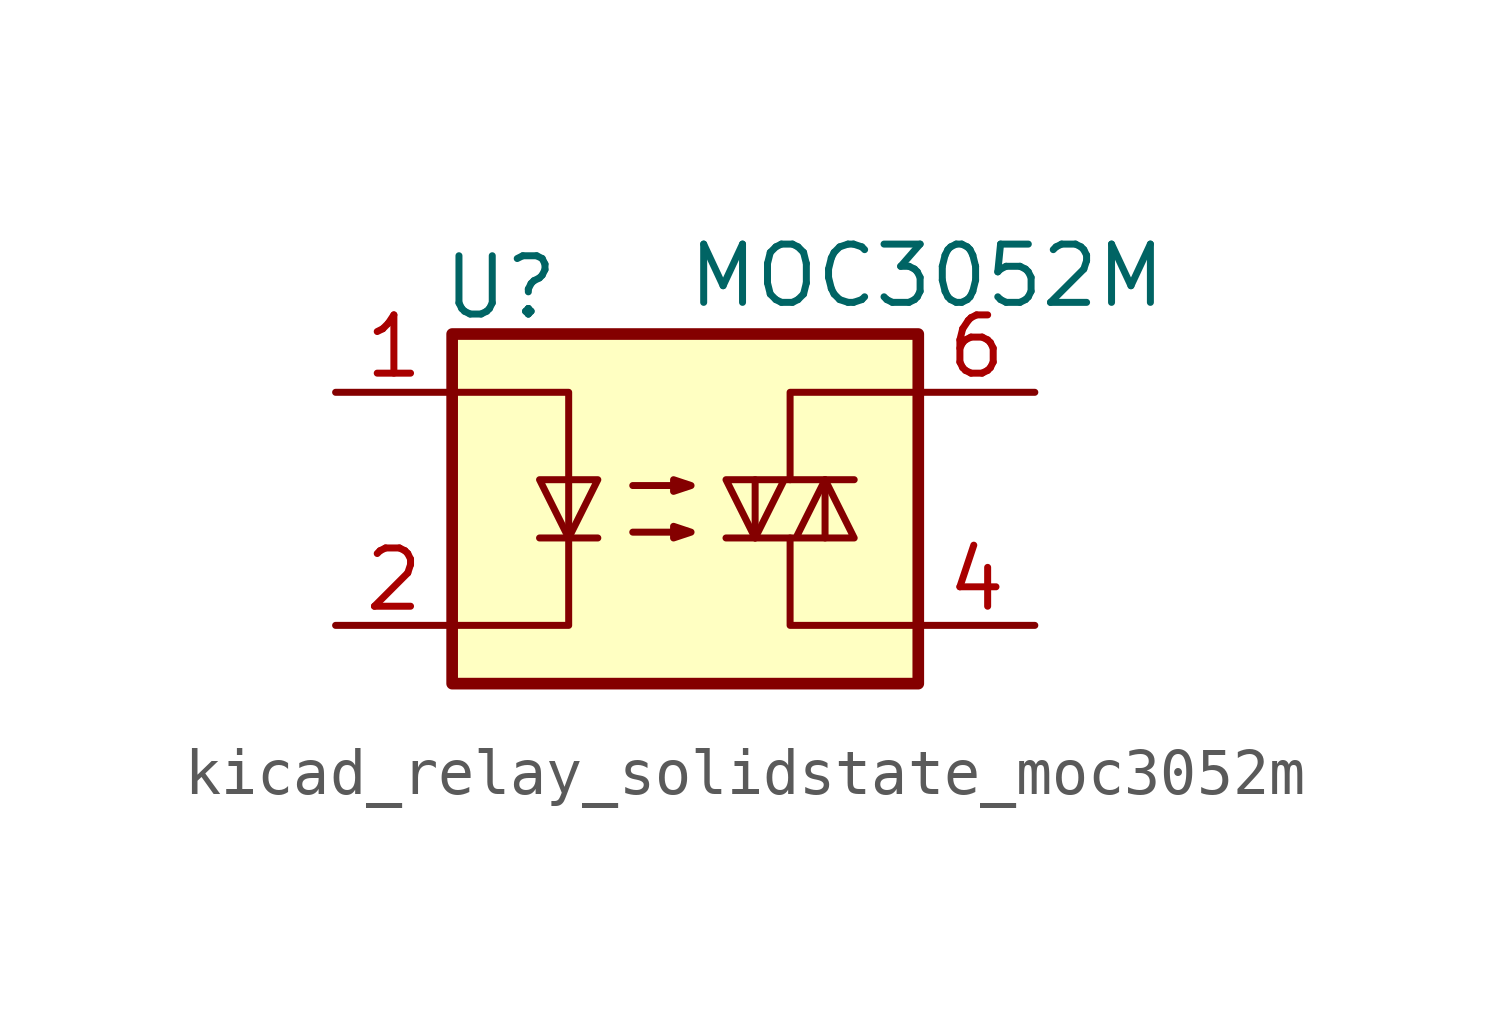
<source format=kicad_sym>
(kicad_symbol_lib
  (version 20220914)
  (generator kicad_symbol_editor)
  (symbol "kicad_relay_solidstate_moc3052m"
    (property "Reference" "U"
      (at -5.334 4.826 0)
      (effects (font (size 1.27 1.27)) (justify left)))
    (property "Value" "MOC3052M"
      (at 0 5.08 0)
      (effects (font (size 1.27 1.27)) (justify left)))
    (symbol "kicad_relay_solidstate_moc3052m_0_1"
      (rectangle (start -5.08 3.81) (end 5.08 -3.81) (stroke (width 0.254) (type default)) (fill (type background)))
      (polyline (pts (xy -3.175 -0.635) (xy -1.905 -0.635)) (stroke (width 0) (type default)) (fill (type none)))
      (polyline (pts (xy 1.524 -0.635) (xy 1.524 0.635)) (stroke (width 0) (type default)) (fill (type none)))
      (polyline (pts (xy 3.048 0.635) (xy 3.048 -0.635)) (stroke (width 0) (type default)) (fill (type none)))
      (polyline (pts (xy 2.286 -0.635) (xy 2.286 -2.54) (xy 5.08 -2.54)) (stroke (width 0) (type default)) (fill (type none)))
      (polyline (pts (xy 2.286 0.635) (xy 2.286 2.54) (xy 5.08 2.54)) (stroke (width 0) (type default)) (fill (type none)))
      (polyline (pts (xy -5.08 2.54) (xy -2.54 2.54) (xy -2.54 -2.54) (xy -5.08 -2.54)) (stroke (width 0) (type default)) (fill (type none)))
      (polyline (pts (xy -2.54 -0.635) (xy -3.175 0.635) (xy -1.905 0.635) (xy -2.54 -0.635)) (stroke (width 0) (type default)) (fill (type none)))
      (polyline (pts (xy 0.889 -0.635) (xy 3.683 -0.635) (xy 3.048 0.635) (xy 2.413 -0.635)) (stroke (width 0) (type default)) (fill (type none)))
      (polyline (pts (xy 3.683 0.635) (xy 0.889 0.635) (xy 1.524 -0.635) (xy 2.159 0.635)) (stroke (width 0) (type default)) (fill (type none)))
      (polyline (pts (xy -1.143 -0.508) (xy 0.127 -0.508) (xy -0.254 -0.635) (xy -0.254 -0.381) (xy 0.127 -0.508)) (stroke (width 0) (type default)) (fill (type none)))
      (polyline (pts (xy -1.143 0.508) (xy 0.127 0.508) (xy -0.254 0.381) (xy -0.254 0.635) (xy 0.127 0.508)) (stroke (width 0) (type default)) (fill (type none))))
    (symbol "kicad_relay_solidstate_moc3052m_1_1"
      (pin passive line (at -7.62 2.54 0) (length 2.54) (name "~" (effects (font (size 1.27 1.27)))) (number "1" (effects (font (size 1.27 1.27)))))
      (pin passive line (at -7.62 -2.54 0) (length 2.54) (name "~" (effects (font (size 1.27 1.27)))) (number "2" (effects (font (size 1.27 1.27)))))
      (pin no_connect line (at -5.08 0 0) (length 2.54) hide (name "NC" (effects (font (size 1.27 1.27)))) (number "3" (effects (font (size 1.27 1.27)))))
      (pin passive line (at 7.62 -2.54 180) (length 2.54) (name "~" (effects (font (size 1.27 1.27)))) (number "4" (effects (font (size 1.27 1.27)))))
      (pin no_connect line (at 5.08 0 180) (length 2.54) hide (name "NC" (effects (font (size 1.27 1.27)))) (number "5" (effects (font (size 1.27 1.27)))))
      (pin passive line (at 7.62 2.54 180) (length 2.54) (name "~" (effects (font (size 1.27 1.27)))) (number "6" (effects (font (size 1.27 1.27))))))))
</source>
